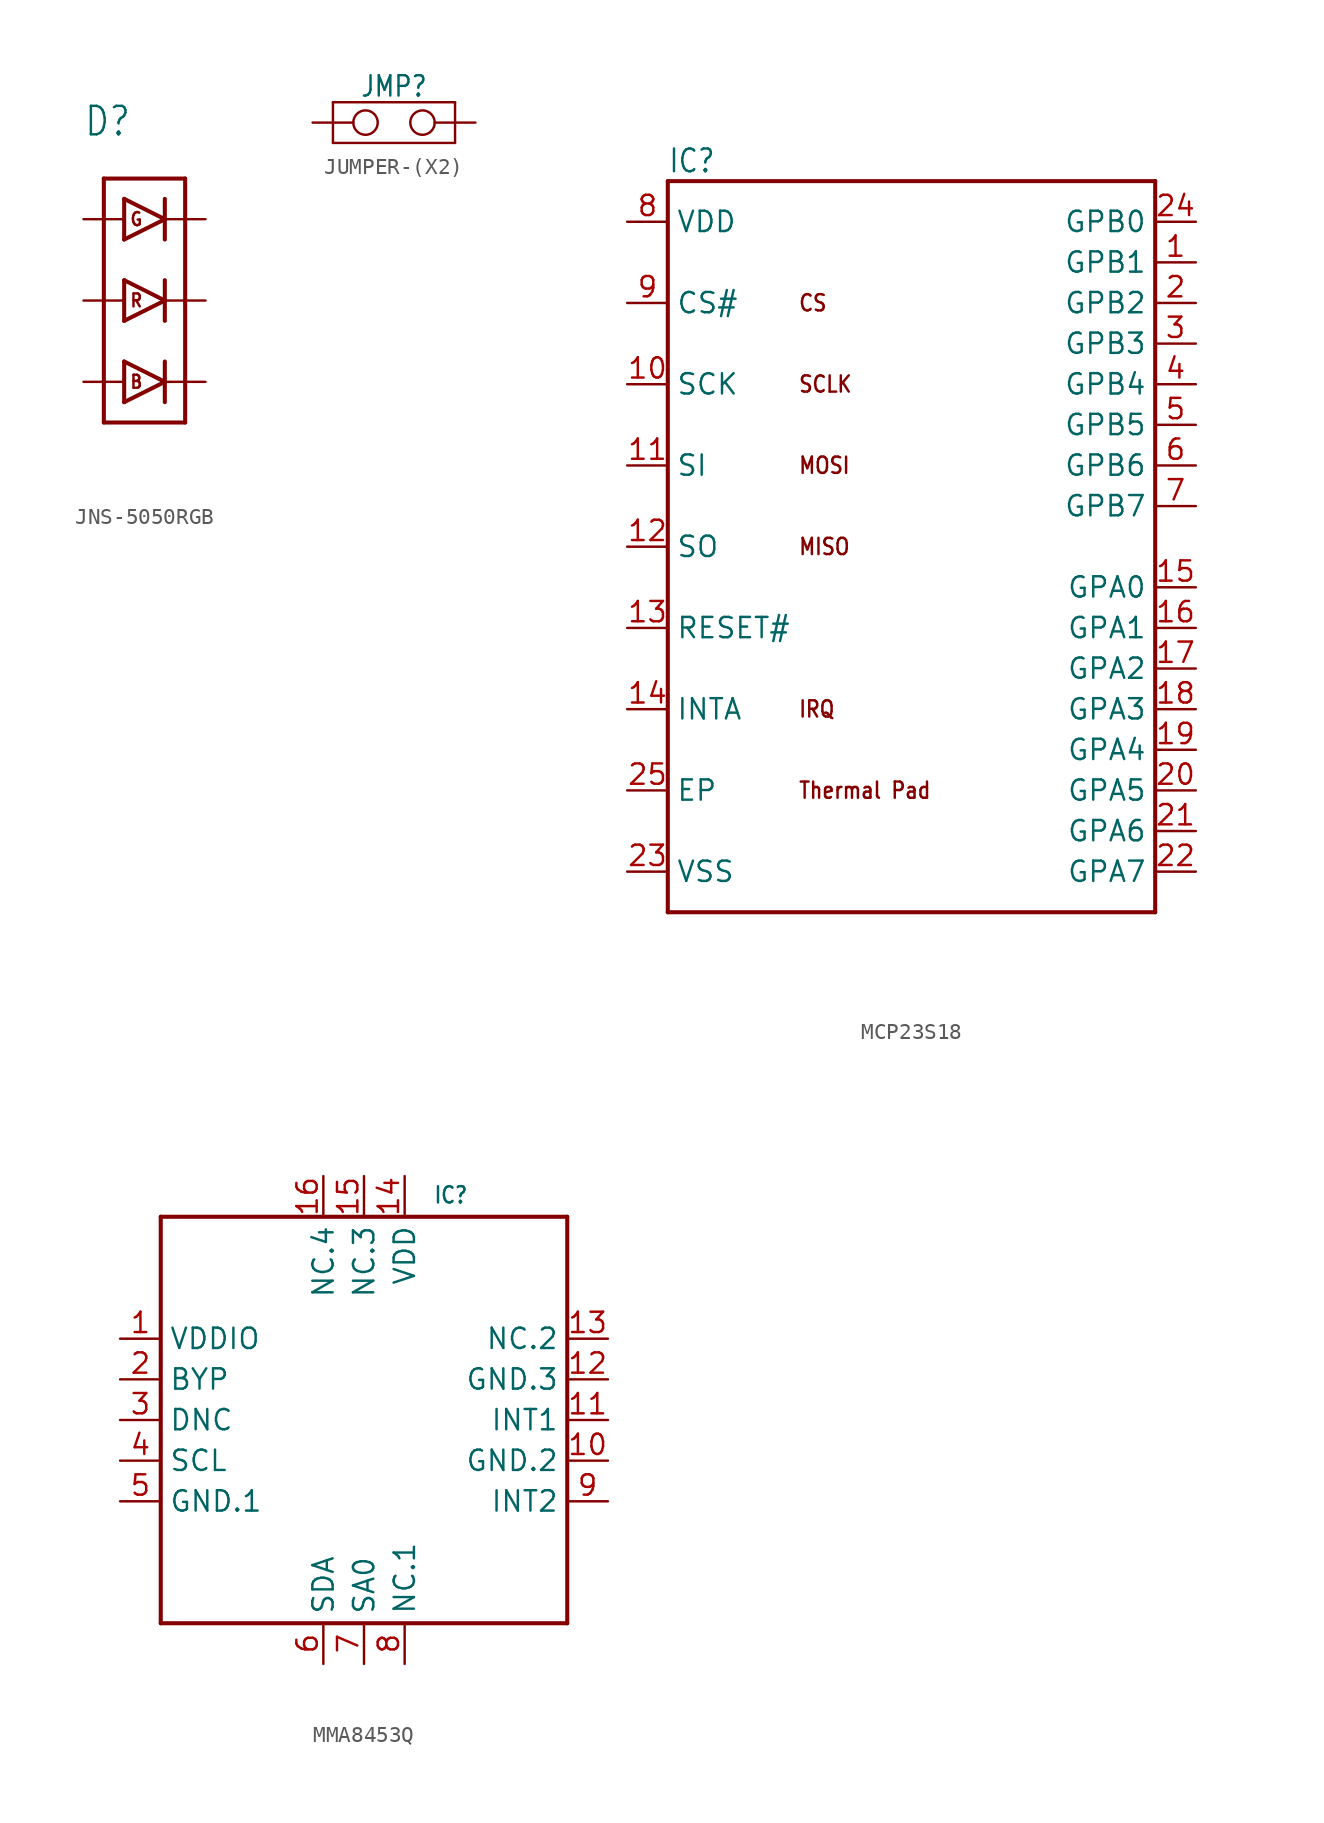
<source format=kicad_sym>
(kicad_symbol_lib
  (version 20231120)
  (generator "kicad_symbol_editor")
  (generator_version "8.0")
  (symbol "JNS-5050RGB"
    (property "Reference" "D"
      (at -2.54 10.16 0)
      (effects (font (size 1.778 1.511)) (justify left bottom)))
    (property "Value" ""
      (at -2.54 -10.16 0)
      (effects (font (size 1.778 1.511)) (justify left bottom)))
    (property "ki_locked" ""
      (at 0 0 0)
      (effects (font (size 1.27 1.27))))
    (symbol "JNS-5050RGB_1_0"
      (polyline (pts (xy -1.27 -7.62) (xy -1.27 7.62)) (stroke (width 0.254) (type solid)) (fill (type none)))
      (polyline (pts (xy -1.27 7.62) (xy 3.81 7.62)) (stroke (width 0.254) (type solid)) (fill (type none)))
      (polyline (pts (xy 0 -6.35) (xy 2.54 -5.08)) (stroke (width 0.254) (type solid)) (fill (type none)))
      (polyline (pts (xy 0 -3.81) (xy 0 -6.35)) (stroke (width 0.254) (type solid)) (fill (type none)))
      (polyline (pts (xy 0 1.27) (xy 0 -1.27)) (stroke (width 0.254) (type solid)) (fill (type none)))
      (polyline (pts (xy 0 1.27) (xy 2.54 0)) (stroke (width 0.254) (type solid)) (fill (type none)))
      (polyline (pts (xy 0 3.81) (xy 2.54 5.08)) (stroke (width 0.254) (type solid)) (fill (type none)))
      (polyline (pts (xy 0 6.35) (xy 0 3.81)) (stroke (width 0.254) (type solid)) (fill (type none)))
      (polyline (pts (xy 2.54 -5.08) (xy 0 -3.81)) (stroke (width 0.254) (type solid)) (fill (type none)))
      (polyline (pts (xy 2.54 -5.08) (xy 2.54 -6.35)) (stroke (width 0.254) (type solid)) (fill (type none)))
      (polyline (pts (xy 2.54 -3.81) (xy 2.54 -5.08)) (stroke (width 0.254) (type solid)) (fill (type none)))
      (polyline (pts (xy 2.54 0) (xy 0 -1.27)) (stroke (width 0.254) (type solid)) (fill (type none)))
      (polyline (pts (xy 2.54 1.27) (xy 2.54 -1.27)) (stroke (width 0.254) (type solid)) (fill (type none)))
      (polyline (pts (xy 2.54 5.08) (xy 0 6.35)) (stroke (width 0.254) (type solid)) (fill (type none)))
      (polyline (pts (xy 2.54 6.35) (xy 2.54 3.81)) (stroke (width 0.254) (type solid)) (fill (type none)))
      (polyline (pts (xy 3.81 -7.62) (xy -1.27 -7.62)) (stroke (width 0.254) (type solid)) (fill (type none)))
      (polyline (pts (xy 3.81 7.62) (xy 3.81 -7.62)) (stroke (width 0.254) (type solid)) (fill (type none)))
      (text "B" (at 0.762 -5.08 0) (effects (font (size 0.813 0.691))))
      (text "G" (at 0.762 5.08 0) (effects (font (size 0.813 0.691))))
      (text "R" (at 0.762 0 0) (effects (font (size 0.813 0.691))))
      (pin bidirectional line (at -2.54 -5.08 0) (length 2.54) (name "1(+)" (effects (font (size 0 0)))) (number "1(+)" (effects (font (size 0 0)))))
      (pin bidirectional line (at -2.54 0 0) (length 2.54) (name "2(+)" (effects (font (size 0 0)))) (number "2(+)" (effects (font (size 0 0)))))
      (pin bidirectional line (at -2.54 5.08 0) (length 2.54) (name "3(+)" (effects (font (size 0 0)))) (number "3(+)" (effects (font (size 0 0)))))
      (pin bidirectional line (at 5.08 5.08 180) (length 2.54) (name "4(-)" (effects (font (size 0 0)))) (number "4(-)" (effects (font (size 0 0)))))
      (pin bidirectional line (at 5.08 0 180) (length 2.54) (name "5(-)" (effects (font (size 0 0)))) (number "5(-)" (effects (font (size 0 0)))))
      (pin bidirectional line (at 5.08 -5.08 180) (length 2.54) (name "6(-)" (effects (font (size 0 0)))) (number "6(-)" (effects (font (size 0 0)))))))
  (symbol "JUMPER-(X2)"
    (property "Reference" "JMP"
      (at 0 1.524 0)
      (effects (font (size 1.27 1.079)) (justify bottom)))
    (property "ki_locked" ""
      (at 0 0 0)
      (effects (font (size 1.27 1.27))))
    (symbol "JUMPER-(X2)_1_0"
      (circle (center -1.778 0) (radius 0.762) (stroke (width 0.152) (type solid)) (fill (type none)))
      (polyline (pts (xy -3.81 -1.27) (xy -3.81 1.27)) (stroke (width 0.152) (type solid)) (fill (type none)))
      (polyline (pts (xy -3.81 1.27) (xy 3.81 1.27)) (stroke (width 0.152) (type solid)) (fill (type none)))
      (polyline (pts (xy 3.81 -1.27) (xy -3.81 -1.27)) (stroke (width 0.152) (type solid)) (fill (type none)))
      (polyline (pts (xy 3.81 1.27) (xy 3.81 -1.27)) (stroke (width 0.152) (type solid)) (fill (type none)))
      (circle (center 1.778 0) (radius 0.762) (stroke (width 0.152) (type solid)) (fill (type none)))
      (pin bidirectional line (at -5.08 0 0) (length 2.54) (name "1" (effects (font (size 0 0)))) (number "1" (effects (font (size 0 0)))))
      (pin bidirectional line (at 5.08 0 180) (length 2.54) (name "2" (effects (font (size 0 0)))) (number "2" (effects (font (size 0 0)))))))
  (symbol "MCP23S18"
    (property "Reference" "IC"
      (at -15.24 24.13 0)
      (effects (font (size 1.422 1.209)) (justify left)))
    (property "Value" ""
      (at -15.24 -24.13 0)
      (effects (font (size 1.422 1.209)) (justify left)))
    (property "ki_locked" ""
      (at 0 0 0)
      (effects (font (size 1.27 1.27))))
    (symbol "MCP23S18_1_0"
      (polyline (pts (xy -15.24 -22.86) (xy -15.24 22.86)) (stroke (width 0.254) (type solid)) (fill (type none)))
      (polyline (pts (xy -15.24 22.86) (xy 15.24 22.86)) (stroke (width 0.254) (type solid)) (fill (type none)))
      (polyline (pts (xy 15.24 -22.86) (xy -15.24 -22.86)) (stroke (width 0.254) (type solid)) (fill (type none)))
      (polyline (pts (xy 15.24 22.86) (xy 15.24 -22.86)) (stroke (width 0.254) (type solid)) (fill (type none)))
      (text "CS" (at -7.112 15.24 0) (effects (font (size 1.016 0.864)) (justify left)))
      (text "IRQ" (at -7.112 -10.16 0) (effects (font (size 1.016 0.864)) (justify left)))
      (text "MISO" (at -7.112 0 0) (effects (font (size 1.016 0.864)) (justify left)))
      (text "MOSI" (at -7.112 5.08 0) (effects (font (size 1.016 0.864)) (justify left)))
      (text "SCLK" (at -7.112 10.16 0) (effects (font (size 1.016 0.864)) (justify left)))
      (text "Thermal Pad" (at -7.112 -15.24 0) (effects (font (size 1.016 0.864)) (justify left)))
      (pin bidirectional line (at 17.78 17.78 180) (length 2.54) (name "GPB1" (effects (font (size 1.27 1.27)))) (number "1" (effects (font (size 1.27 1.27)))))
      (pin bidirectional line (at -17.78 10.16 0) (length 2.54) (name "SCK" (effects (font (size 1.27 1.27)))) (number "10" (effects (font (size 1.27 1.27)))))
      (pin bidirectional line (at -17.78 5.08 0) (length 2.54) (name "SI" (effects (font (size 1.27 1.27)))) (number "11" (effects (font (size 1.27 1.27)))))
      (pin bidirectional line (at -17.78 0 0) (length 2.54) (name "SO" (effects (font (size 1.27 1.27)))) (number "12" (effects (font (size 1.27 1.27)))))
      (pin bidirectional line (at -17.78 -5.08 0) (length 2.54) (name "RESET#" (effects (font (size 1.27 1.27)))) (number "13" (effects (font (size 1.27 1.27)))))
      (pin bidirectional line (at -17.78 -10.16 0) (length 2.54) (name "INTA" (effects (font (size 1.27 1.27)))) (number "14" (effects (font (size 1.27 1.27)))))
      (pin bidirectional line (at 17.78 -2.54 180) (length 2.54) (name "GPA0" (effects (font (size 1.27 1.27)))) (number "15" (effects (font (size 1.27 1.27)))))
      (pin bidirectional line (at 17.78 -5.08 180) (length 2.54) (name "GPA1" (effects (font (size 1.27 1.27)))) (number "16" (effects (font (size 1.27 1.27)))))
      (pin bidirectional line (at 17.78 -7.62 180) (length 2.54) (name "GPA2" (effects (font (size 1.27 1.27)))) (number "17" (effects (font (size 1.27 1.27)))))
      (pin bidirectional line (at 17.78 -10.16 180) (length 2.54) (name "GPA3" (effects (font (size 1.27 1.27)))) (number "18" (effects (font (size 1.27 1.27)))))
      (pin bidirectional line (at 17.78 -12.7 180) (length 2.54) (name "GPA4" (effects (font (size 1.27 1.27)))) (number "19" (effects (font (size 1.27 1.27)))))
      (pin bidirectional line (at 17.78 15.24 180) (length 2.54) (name "GPB2" (effects (font (size 1.27 1.27)))) (number "2" (effects (font (size 1.27 1.27)))))
      (pin bidirectional line (at 17.78 -15.24 180) (length 2.54) (name "GPA5" (effects (font (size 1.27 1.27)))) (number "20" (effects (font (size 1.27 1.27)))))
      (pin bidirectional line (at 17.78 -17.78 180) (length 2.54) (name "GPA6" (effects (font (size 1.27 1.27)))) (number "21" (effects (font (size 1.27 1.27)))))
      (pin bidirectional line (at 17.78 -20.32 180) (length 2.54) (name "GPA7" (effects (font (size 1.27 1.27)))) (number "22" (effects (font (size 1.27 1.27)))))
      (pin bidirectional line (at -17.78 -20.32 0) (length 2.54) (name "VSS" (effects (font (size 1.27 1.27)))) (number "23" (effects (font (size 1.27 1.27)))))
      (pin bidirectional line (at 17.78 20.32 180) (length 2.54) (name "GPB0" (effects (font (size 1.27 1.27)))) (number "24" (effects (font (size 1.27 1.27)))))
      (pin bidirectional line (at -17.78 -15.24 0) (length 2.54) (name "EP" (effects (font (size 1.27 1.27)))) (number "25" (effects (font (size 1.27 1.27)))))
      (pin bidirectional line (at 17.78 12.7 180) (length 2.54) (name "GPB3" (effects (font (size 1.27 1.27)))) (number "3" (effects (font (size 1.27 1.27)))))
      (pin bidirectional line (at 17.78 10.16 180) (length 2.54) (name "GPB4" (effects (font (size 1.27 1.27)))) (number "4" (effects (font (size 1.27 1.27)))))
      (pin bidirectional line (at 17.78 7.62 180) (length 2.54) (name "GPB5" (effects (font (size 1.27 1.27)))) (number "5" (effects (font (size 1.27 1.27)))))
      (pin bidirectional line (at 17.78 5.08 180) (length 2.54) (name "GPB6" (effects (font (size 1.27 1.27)))) (number "6" (effects (font (size 1.27 1.27)))))
      (pin bidirectional line (at 17.78 2.54 180) (length 2.54) (name "GPB7" (effects (font (size 1.27 1.27)))) (number "7" (effects (font (size 1.27 1.27)))))
      (pin bidirectional line (at -17.78 20.32 0) (length 2.54) (name "VDD" (effects (font (size 1.27 1.27)))) (number "8" (effects (font (size 1.27 1.27)))))
      (pin bidirectional line (at -17.78 15.24 0) (length 2.54) (name "CS#" (effects (font (size 1.27 1.27)))) (number "9" (effects (font (size 1.27 1.27)))))))
  (symbol "MMA8453Q"
    (property "Reference" "IC"
      (at 4.318 13.462 0)
      (effects (font (size 1.016 0.864)) (justify left bottom)))
    (property "Value" ""
      (at 4.318 -14.478 0)
      (effects (font (size 1.016 0.864)) (justify left bottom)))
    (property "ki_locked" ""
      (at 0 0 0)
      (effects (font (size 1.27 1.27))))
    (symbol "MMA8453Q_1_0"
      (polyline (pts (xy -12.7 -12.7) (xy -12.7 12.7)) (stroke (width 0.254) (type solid)) (fill (type none)))
      (polyline (pts (xy -12.7 12.7) (xy 12.7 12.7)) (stroke (width 0.254) (type solid)) (fill (type none)))
      (polyline (pts (xy 12.7 -12.7) (xy -12.7 -12.7)) (stroke (width 0.254) (type solid)) (fill (type none)))
      (polyline (pts (xy 12.7 12.7) (xy 12.7 -12.7)) (stroke (width 0.254) (type solid)) (fill (type none)))
      (pin bidirectional line (at -15.24 5.08 0) (length 2.54) (name "VDDIO" (effects (font (size 1.27 1.27)))) (number "1" (effects (font (size 1.27 1.27)))))
      (pin bidirectional line (at 15.24 -2.54 180) (length 2.54) (name "GND.2" (effects (font (size 1.27 1.27)))) (number "10" (effects (font (size 1.27 1.27)))))
      (pin bidirectional line (at 15.24 0 180) (length 2.54) (name "INT1" (effects (font (size 1.27 1.27)))) (number "11" (effects (font (size 1.27 1.27)))))
      (pin bidirectional line (at 15.24 2.54 180) (length 2.54) (name "GND.3" (effects (font (size 1.27 1.27)))) (number "12" (effects (font (size 1.27 1.27)))))
      (pin bidirectional line (at 15.24 5.08 180) (length 2.54) (name "NC.2" (effects (font (size 1.27 1.27)))) (number "13" (effects (font (size 1.27 1.27)))))
      (pin bidirectional line (at 2.54 15.24 270) (length 2.54) (name "VDD" (effects (font (size 1.27 1.27)))) (number "14" (effects (font (size 1.27 1.27)))))
      (pin bidirectional line (at 0 15.24 270) (length 2.54) (name "NC.3" (effects (font (size 1.27 1.27)))) (number "15" (effects (font (size 1.27 1.27)))))
      (pin bidirectional line (at -2.54 15.24 270) (length 2.54) (name "NC.4" (effects (font (size 1.27 1.27)))) (number "16" (effects (font (size 1.27 1.27)))))
      (pin bidirectional line (at -15.24 2.54 0) (length 2.54) (name "BYP" (effects (font (size 1.27 1.27)))) (number "2" (effects (font (size 1.27 1.27)))))
      (pin bidirectional line (at -15.24 0 0) (length 2.54) (name "DNC" (effects (font (size 1.27 1.27)))) (number "3" (effects (font (size 1.27 1.27)))))
      (pin bidirectional line (at -15.24 -2.54 0) (length 2.54) (name "SCL" (effects (font (size 1.27 1.27)))) (number "4" (effects (font (size 1.27 1.27)))))
      (pin bidirectional line (at -15.24 -5.08 0) (length 2.54) (name "GND.1" (effects (font (size 1.27 1.27)))) (number "5" (effects (font (size 1.27 1.27)))))
      (pin bidirectional line (at -2.54 -15.24 90) (length 2.54) (name "SDA" (effects (font (size 1.27 1.27)))) (number "6" (effects (font (size 1.27 1.27)))))
      (pin bidirectional line (at 0 -15.24 90) (length 2.54) (name "SA0" (effects (font (size 1.27 1.27)))) (number "7" (effects (font (size 1.27 1.27)))))
      (pin bidirectional line (at 2.54 -15.24 90) (length 2.54) (name "NC.1" (effects (font (size 1.27 1.27)))) (number "8" (effects (font (size 1.27 1.27)))))
      (pin bidirectional line (at 15.24 -5.08 180) (length 2.54) (name "INT2" (effects (font (size 1.27 1.27)))) (number "9" (effects (font (size 1.27 1.27))))))))
</source>
